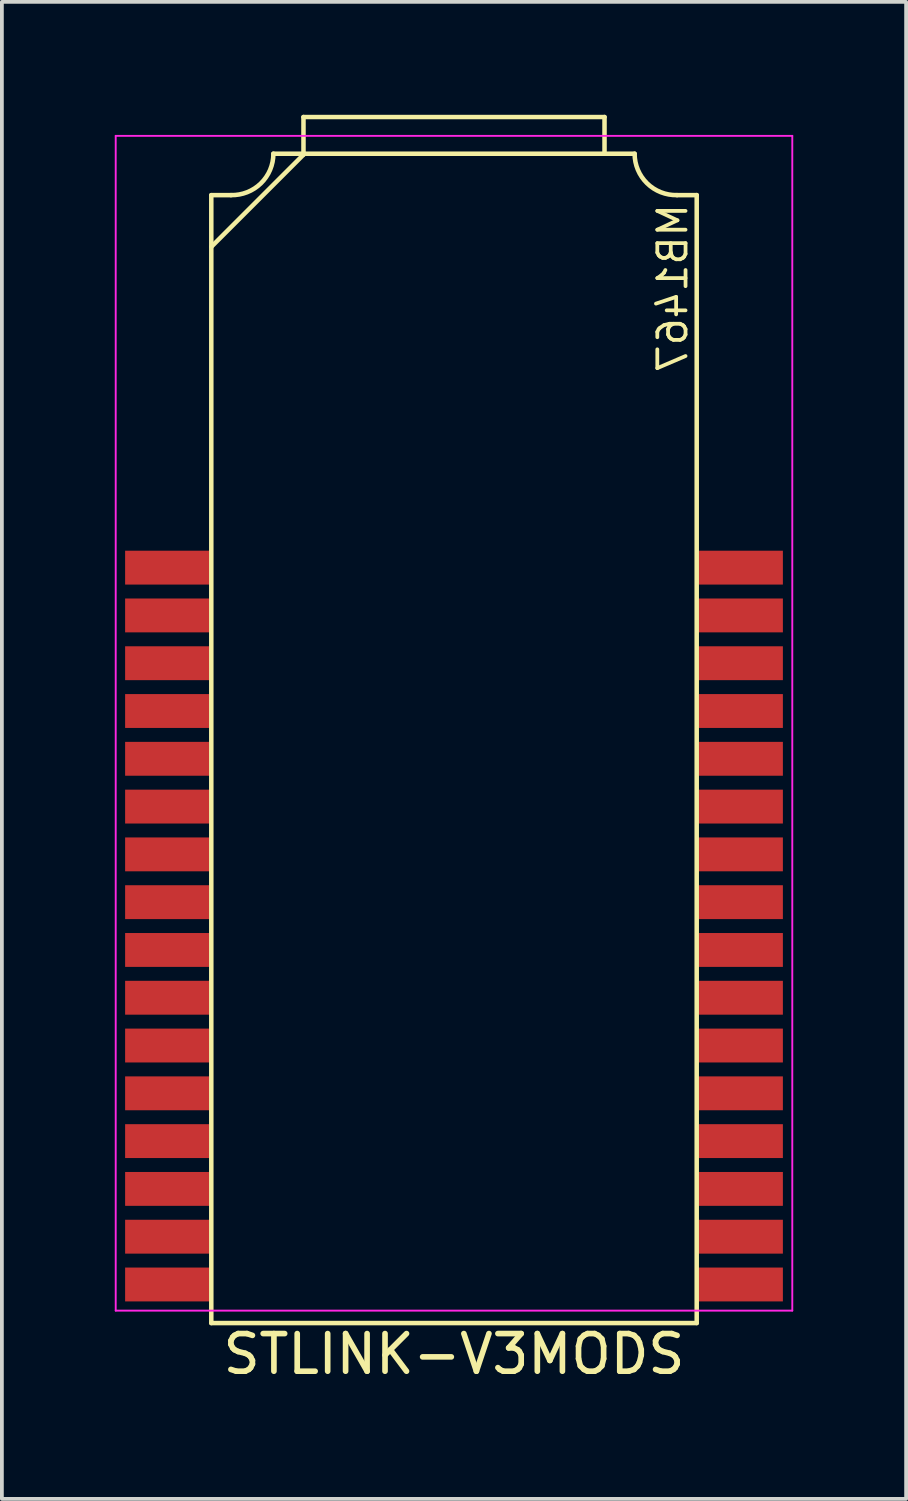
<source format=kicad_pcb>
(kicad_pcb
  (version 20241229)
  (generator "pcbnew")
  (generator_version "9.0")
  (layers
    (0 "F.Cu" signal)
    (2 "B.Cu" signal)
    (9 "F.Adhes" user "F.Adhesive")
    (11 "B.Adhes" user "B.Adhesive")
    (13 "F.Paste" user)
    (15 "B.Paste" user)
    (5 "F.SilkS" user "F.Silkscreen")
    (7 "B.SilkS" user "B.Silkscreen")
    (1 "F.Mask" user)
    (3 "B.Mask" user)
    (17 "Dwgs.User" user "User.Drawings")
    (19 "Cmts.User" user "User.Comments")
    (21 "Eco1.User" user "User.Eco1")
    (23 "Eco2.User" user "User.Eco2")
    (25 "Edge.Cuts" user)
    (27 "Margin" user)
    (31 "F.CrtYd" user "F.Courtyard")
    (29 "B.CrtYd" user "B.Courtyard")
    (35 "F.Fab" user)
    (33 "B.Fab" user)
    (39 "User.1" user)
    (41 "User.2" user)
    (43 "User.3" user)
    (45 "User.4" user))
  (footprint "STLINK-V3MODS"
    (layer "F.Cu")
    (at 9.015 21.56)
    (property "Reference" "STLINK-V3MODS" (at 0 11.375 0) (layer "F.SilkS") (effects (font (size 1 1) (thickness 0.15))))
    (attr smd)
    (fp_line (start -6.45 -18.05) (end -3.975 -20.525) (stroke (width 0.12) (type default)) (layer "F.SilkS"))
    (fp_line (start -6.45 10.55) (end -6.45 -19.423) (stroke (width 0.12) (type default)) (layer "F.SilkS"))
    (fp_line (start -5.925 -19.425) (end -6.45 -19.425) (stroke (width 0.12) (type default)) (layer "F.SilkS"))
    (fp_line (start -4.8 -20.525) (end 4.8 -20.525) (stroke (width 0.12) (type default)) (layer "F.SilkS"))
    (fp_line (start -4 -21.5) (end -4 -20.5) (stroke (width 0.12) (type default)) (layer "F.SilkS"))
    (fp_line (start -4 -21.5) (end 4 -21.5) (stroke (width 0.12) (type default)) (layer "F.SilkS"))
    (fp_line (start 4 -21.5) (end 4 -20.525) (stroke (width 0.12) (type default)) (layer "F.SilkS"))
    (fp_line (start 5.925 -19.425) (end 6.45 -19.425) (stroke (width 0.12) (type default)) (layer "F.SilkS"))
    (fp_line (start 6.45 -19.425) (end 6.45 10.55) (stroke (width 0.12) (type default)) (layer "F.SilkS"))
    (fp_line (start 6.45 10.55) (end -6.45 10.55) (stroke (width 0.12) (type default)) (layer "F.SilkS"))
    (fp_arc (start -4.8 -20.525) (mid -5.131155 -19.738193) (end -5.925284 -19.425) (stroke (width 0.12) (type solid)) (layer "F.SilkS"))
    (fp_arc (start 5.925284 -19.425) (mid 5.131155 -19.738192) (end 4.8 -20.525) (stroke (width 0.12) (type solid)) (layer "F.SilkS"))
    (fp_line (start -8.99 -21) (end 8.99 -21) (stroke (width 0.05) (type default)) (layer "F.CrtYd"))
    (fp_line (start -8.99 10.22) (end -8.99 -21) (stroke (width 0.05) (type default)) (layer "F.CrtYd"))
    (fp_line (start 8.99 -21) (end 8.99 10.22) (stroke (width 0.05) (type default)) (layer "F.CrtYd"))
    (fp_line (start 8.99 10.22) (end -8.99 10.22) (stroke (width 0.05) (type default)) (layer "F.CrtYd"))
    (fp_text user "MB1467" (at 6.25 -19.25 90) (unlocked yes) (layer "F.SilkS") (effects (font (size 0.75 0.75) (thickness 0.1)) (justify left bottom mirror)))
    (pad "1" smd rect (at -7.62 -9.525 270) (size 0.9 2.24) (layers "F.Cu" "F.Mask" "F.Paste"))
    (pad "2" smd rect (at -7.62 -8.255 270) (size 0.9 2.24) (layers "F.Cu" "F.Mask" "F.Paste"))
    (pad "3" smd rect (at -7.62 -6.985 270) (size 0.9 2.24) (layers "F.Cu" "F.Mask" "F.Paste"))
    (pad "4" smd rect (at -7.62 -5.715 270) (size 0.9 2.24) (layers "F.Cu" "F.Mask" "F.Paste"))
    (pad "5" smd rect (at -7.62 -4.445 270) (size 0.9 2.24) (layers "F.Cu" "F.Mask" "F.Paste"))
    (pad "6" smd rect (at -7.62 -3.175 270) (size 0.9 2.24) (layers "F.Cu" "F.Mask" "F.Paste"))
    (pad "7" smd rect (at -7.62 -1.905 270) (size 0.9 2.24) (layers "F.Cu" "F.Mask" "F.Paste"))
    (pad "8" smd rect (at -7.62 -0.635 270) (size 0.9 2.24) (layers "F.Cu" "F.Mask" "F.Paste"))
    (pad "9" smd rect (at -7.62 0.635 270) (size 0.9 2.24) (layers "F.Cu" "F.Mask" "F.Paste"))
    (pad "10" smd rect (at -7.62 1.905 270) (size 0.9 2.24) (layers "F.Cu" "F.Mask" "F.Paste"))
    (pad "11" smd rect (at -7.62 3.175 270) (size 0.9 2.24) (layers "F.Cu" "F.Mask" "F.Paste"))
    (pad "12" smd rect (at -7.62 4.445 270) (size 0.9 2.24) (layers "F.Cu" "F.Mask" "F.Paste"))
    (pad "13" smd rect (at -7.62 5.715 270) (size 0.9 2.24) (layers "F.Cu" "F.Mask" "F.Paste"))
    (pad "14" smd rect (at -7.62 6.985 270) (size 0.9 2.24) (layers "F.Cu" "F.Mask" "F.Paste"))
    (pad "15" smd rect (at -7.62 8.255 270) (size 0.9 2.24) (layers "F.Cu" "F.Mask" "F.Paste"))
    (pad "16" smd rect (at -7.62 9.525 270) (size 0.9 2.24) (layers "F.Cu" "F.Mask" "F.Paste"))
    (pad "17" smd rect (at 7.62 9.525 270) (size 0.9 2.24) (layers "F.Cu" "F.Mask" "F.Paste"))
    (pad "18" smd rect (at 7.62 8.255 270) (size 0.9 2.24) (layers "F.Cu" "F.Mask" "F.Paste"))
    (pad "19" smd rect (at 7.62 6.985 270) (size 0.9 2.24) (layers "F.Cu" "F.Mask" "F.Paste"))
    (pad "20" smd rect (at 7.62 5.715 270) (size 0.9 2.24) (layers "F.Cu" "F.Mask" "F.Paste"))
    (pad "21" smd rect (at 7.62 4.445 270) (size 0.9 2.24) (layers "F.Cu" "F.Mask" "F.Paste"))
    (pad "22" smd rect (at 7.62 3.175 270) (size 0.9 2.24) (layers "F.Cu" "F.Mask" "F.Paste"))
    (pad "23" smd rect (at 7.62 1.905 270) (size 0.9 2.24) (layers "F.Cu" "F.Mask" "F.Paste"))
    (pad "24" smd rect (at 7.62 0.635 270) (size 0.9 2.24) (layers "F.Cu" "F.Mask" "F.Paste"))
    (pad "25" smd rect (at 7.62 -0.635 270) (size 0.9 2.24) (layers "F.Cu" "F.Mask" "F.Paste"))
    (pad "26" smd rect (at 7.62 -1.905 270) (size 0.9 2.24) (layers "F.Cu" "F.Mask" "F.Paste"))
    (pad "27" smd rect (at 7.62 -3.175 270) (size 0.9 2.24) (layers "F.Cu" "F.Mask" "F.Paste"))
    (pad "28" smd rect (at 7.62 -4.445 270) (size 0.9 2.24) (layers "F.Cu" "F.Mask" "F.Paste"))
    (pad "29" smd rect (at 7.62 -5.715 270) (size 0.9 2.24) (layers "F.Cu" "F.Mask" "F.Paste"))
    (pad "30" smd rect (at 7.62 -6.985 270) (size 0.9 2.24) (layers "F.Cu" "F.Mask" "F.Paste"))
    (pad "31" smd rect (at 7.62 -8.255 270) (size 0.9 2.24) (layers "F.Cu" "F.Mask" "F.Paste"))
    (pad "32" smd rect (at 7.62 -9.525 270) (size 0.9 2.24) (layers "F.Cu" "F.Mask" "F.Paste")))
  (gr_rect
    (start -3 -3)
    (end 21.03 36.783)
    (stroke (width 0.1) (type default))
    (fill no)
    (layer "Edge.Cuts")))
</source>
